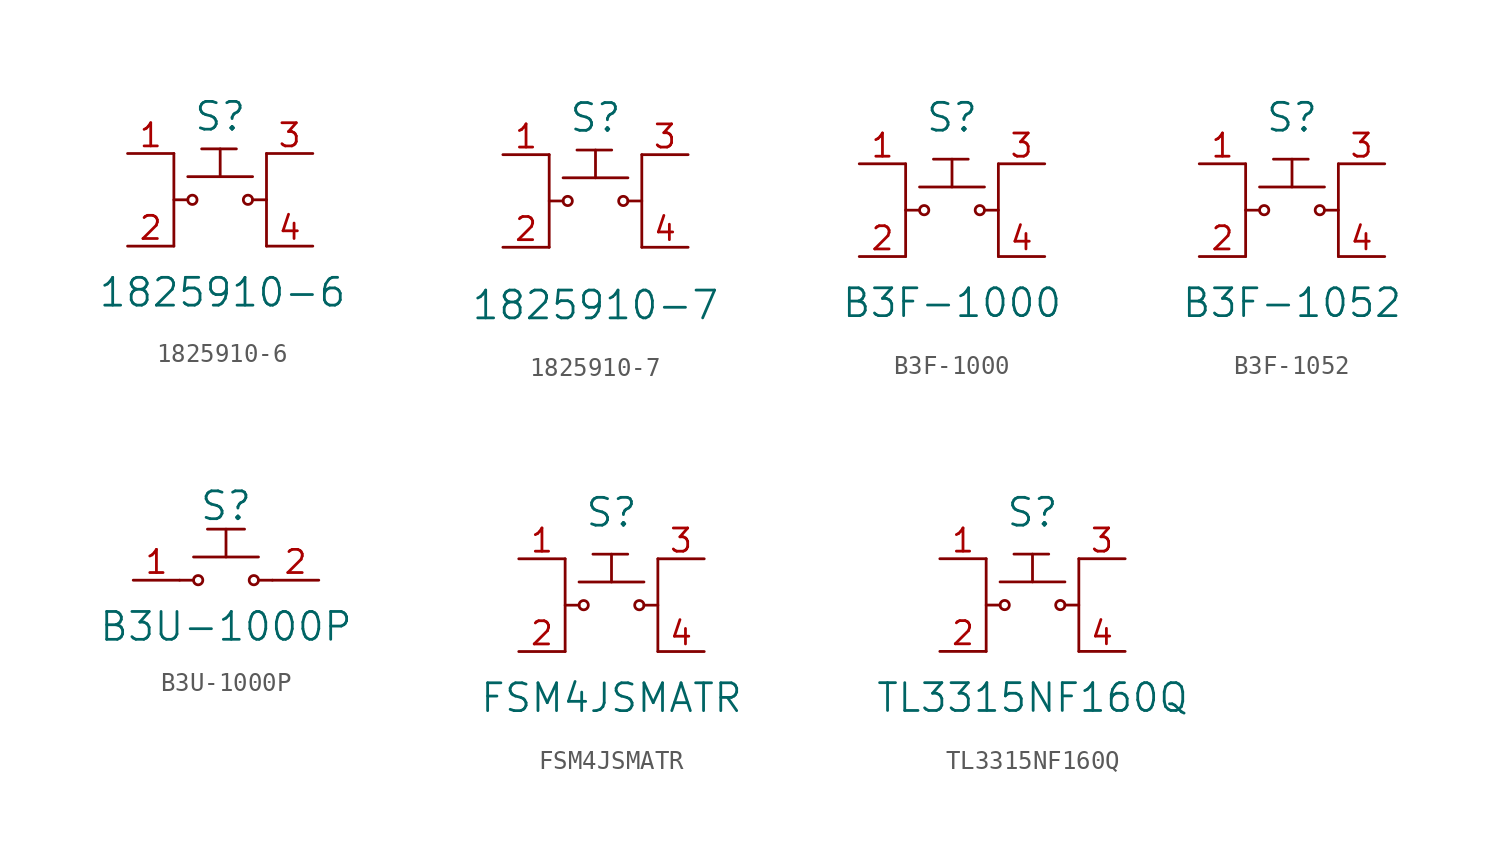
<source format=kicad_sym>
(kicad_symbol_lib
  (version 20201005)
  (generator kicad_symbol_editor)
  (symbol "1825910-6"
    (pin_names
      (offset 1.016))
    (property "Reference" "S"
      (at 0 4.572 0)
      (effects (font (size 1.524 1.524))))
    (property "Value" "1825910-6"
      (at 0.127 -5.08 0)
      (effects (font (size 1.524 1.524))))
    (symbol "1825910-6_0_1"
      (circle (center -1.524 0) (radius 0.254) (stroke (width 0)) (fill (type none)))
      (circle (center 1.524 0) (radius 0.254) (stroke (width 0)) (fill (type none)))
      (polyline (pts (xy -2.54 2.54) (xy -2.54 -2.54)) (stroke (width 0)) (fill (type none)))
      (polyline (pts (xy -1.778 0) (xy -2.54 0)) (stroke (width 0)) (fill (type none)))
      (polyline (pts (xy -1.778 1.27) (xy 1.778 1.27)) (stroke (width 0)) (fill (type none)))
      (polyline (pts (xy 2.54 -2.54) (xy 2.54 2.54)) (stroke (width 0)) (fill (type none)))
      (polyline (pts (xy 2.54 0) (xy 1.778 0)) (stroke (width 0)) (fill (type none))))
    (symbol "1825910-6_1_1"
      (polyline (pts (xy -1.016 2.794) (xy 0.889 2.794)) (stroke (width 0)) (fill (type none)))
      (polyline (pts (xy 0 2.794) (xy 0 1.27)) (stroke (width 0)) (fill (type none)))
      (pin passive line (at -5.08 2.54 0) (length 2.54) (name "~" (effects (font (size 1.27 1.27)))) (number "1" (effects (font (size 1.27 1.27)))))
      (pin passive line (at -5.08 -2.54 0) (length 2.54) (name "~" (effects (font (size 1.27 1.27)))) (number "2" (effects (font (size 1.27 1.27)))))
      (pin passive line (at 5.08 2.54 180) (length 2.54) (name "~" (effects (font (size 1.27 1.27)))) (number "3" (effects (font (size 1.27 1.27)))))
      (pin passive line (at 5.08 -2.54 180) (length 2.54) (name "~" (effects (font (size 1.27 1.27)))) (number "4" (effects (font (size 1.27 1.27)))))))
  (symbol "1825910-7"
    (pin_names
      (offset 1.016))
    (property "Reference" "S"
      (at 0 4.572 0)
      (effects (font (size 1.524 1.524))))
    (property "Value" "1825910-7"
      (at 0 -5.715 0)
      (effects (font (size 1.524 1.524))))
    (symbol "1825910-7_0_1"
      (circle (center -1.524 0) (radius 0.254) (stroke (width 0)) (fill (type none)))
      (circle (center 1.524 0) (radius 0.254) (stroke (width 0)) (fill (type none)))
      (polyline (pts (xy -2.54 2.54) (xy -2.54 -2.54)) (stroke (width 0)) (fill (type none)))
      (polyline (pts (xy -1.778 0) (xy -2.54 0)) (stroke (width 0)) (fill (type none)))
      (polyline (pts (xy -1.778 1.27) (xy 1.778 1.27)) (stroke (width 0)) (fill (type none)))
      (polyline (pts (xy 2.54 -2.54) (xy 2.54 2.54)) (stroke (width 0)) (fill (type none)))
      (polyline (pts (xy 2.54 0) (xy 1.778 0)) (stroke (width 0)) (fill (type none))))
    (symbol "1825910-7_1_1"
      (polyline (pts (xy -1.016 2.794) (xy 0.889 2.794)) (stroke (width 0)) (fill (type none)))
      (polyline (pts (xy 0 2.794) (xy 0 1.27)) (stroke (width 0)) (fill (type none)))
      (pin passive line (at -5.08 2.54 0) (length 2.54) (name "~" (effects (font (size 1.27 1.27)))) (number "1" (effects (font (size 1.27 1.27)))))
      (pin passive line (at -5.08 -2.54 0) (length 2.54) (name "~" (effects (font (size 1.27 1.27)))) (number "2" (effects (font (size 1.27 1.27)))))
      (pin passive line (at 5.08 2.54 180) (length 2.54) (name "~" (effects (font (size 1.27 1.27)))) (number "3" (effects (font (size 1.27 1.27)))))
      (pin passive line (at 5.08 -2.54 180) (length 2.54) (name "~" (effects (font (size 1.27 1.27)))) (number "4" (effects (font (size 1.27 1.27)))))))
  (symbol "B3F-1000"
    (pin_names
      (offset 1.016))
    (property "Reference" "S"
      (at 0 5.08 0)
      (effects (font (size 1.524 1.524))))
    (property "Value" "B3F-1000"
      (at 0 -5.08 0)
      (effects (font (size 1.524 1.524))))
    (symbol "B3F-1000_0_1"
      (circle (center -1.524 0) (radius 0.254) (stroke (width 0)) (fill (type none)))
      (circle (center 1.524 0) (radius 0.254) (stroke (width 0)) (fill (type none)))
      (polyline (pts (xy -2.54 2.54) (xy -2.54 -2.54)) (stroke (width 0)) (fill (type none)))
      (polyline (pts (xy -1.778 0) (xy -2.54 0)) (stroke (width 0)) (fill (type none)))
      (polyline (pts (xy -1.778 1.27) (xy 1.778 1.27)) (stroke (width 0)) (fill (type none)))
      (polyline (pts (xy 2.54 -2.54) (xy 2.54 2.54)) (stroke (width 0)) (fill (type none)))
      (polyline (pts (xy 2.54 0) (xy 1.778 0)) (stroke (width 0)) (fill (type none))))
    (symbol "B3F-1000_1_1"
      (polyline (pts (xy -1.016 2.794) (xy 0.889 2.794)) (stroke (width 0)) (fill (type none)))
      (polyline (pts (xy 0 2.794) (xy 0 1.27)) (stroke (width 0)) (fill (type none)))
      (pin passive line (at -5.08 2.54 0) (length 2.54) (name "~" (effects (font (size 1.27 1.27)))) (number "1" (effects (font (size 1.27 1.27)))))
      (pin passive line (at -5.08 -2.54 0) (length 2.54) (name "~" (effects (font (size 1.27 1.27)))) (number "2" (effects (font (size 1.27 1.27)))))
      (pin passive line (at 5.08 2.54 180) (length 2.54) (name "~" (effects (font (size 1.27 1.27)))) (number "3" (effects (font (size 1.27 1.27)))))
      (pin passive line (at 5.08 -2.54 180) (length 2.54) (name "~" (effects (font (size 1.27 1.27)))) (number "4" (effects (font (size 1.27 1.27)))))))
  (symbol "B3F-1052"
    (pin_names
      (offset 1.016))
    (property "Reference" "S"
      (at 0 5.08 0)
      (effects (font (size 1.524 1.524))))
    (property "Value" "B3F-1052"
      (at 0 -5.08 0)
      (effects (font (size 1.524 1.524))))
    (symbol "B3F-1052_0_1"
      (circle (center -1.524 0) (radius 0.254) (stroke (width 0)) (fill (type none)))
      (circle (center 1.524 0) (radius 0.254) (stroke (width 0)) (fill (type none)))
      (polyline (pts (xy -2.54 2.54) (xy -2.54 -2.54)) (stroke (width 0)) (fill (type none)))
      (polyline (pts (xy -1.778 0) (xy -2.54 0)) (stroke (width 0)) (fill (type none)))
      (polyline (pts (xy -1.778 1.27) (xy 1.778 1.27)) (stroke (width 0)) (fill (type none)))
      (polyline (pts (xy 2.54 -2.54) (xy 2.54 2.54)) (stroke (width 0)) (fill (type none)))
      (polyline (pts (xy 2.54 0) (xy 1.778 0)) (stroke (width 0)) (fill (type none))))
    (symbol "B3F-1052_1_1"
      (polyline (pts (xy -1.016 2.794) (xy 0.889 2.794)) (stroke (width 0)) (fill (type none)))
      (polyline (pts (xy 0 2.794) (xy 0 1.27)) (stroke (width 0)) (fill (type none)))
      (pin passive line (at -5.08 2.54 0) (length 2.54) (name "~" (effects (font (size 1.27 1.27)))) (number "1" (effects (font (size 1.27 1.27)))))
      (pin passive line (at -5.08 -2.54 0) (length 2.54) (name "~" (effects (font (size 1.27 1.27)))) (number "2" (effects (font (size 1.27 1.27)))))
      (pin passive line (at 5.08 2.54 180) (length 2.54) (name "~" (effects (font (size 1.27 1.27)))) (number "3" (effects (font (size 1.27 1.27)))))
      (pin passive line (at 5.08 -2.54 180) (length 2.54) (name "~" (effects (font (size 1.27 1.27)))) (number "4" (effects (font (size 1.27 1.27)))))))
  (symbol "B3U-1000P"
    (pin_names
      (offset 1.016))
    (property "Reference" "S"
      (at 0 4.064 0)
      (effects (font (size 1.524 1.524))))
    (property "Value" "B3U-1000P"
      (at 0 -2.54 0)
      (effects (font (size 1.524 1.524))))
    (symbol "B3U-1000P_0_1"
      (circle (center -1.524 0) (radius 0.254) (stroke (width 0)) (fill (type none)))
      (circle (center 1.524 0) (radius 0.254) (stroke (width 0)) (fill (type none)))
      (polyline (pts (xy -2.54 0) (xy -1.778 0)) (stroke (width 0)) (fill (type none)))
      (polyline (pts (xy -1.778 1.27) (xy 1.778 1.27)) (stroke (width 0)) (fill (type none)))
      (polyline (pts (xy -1.016 2.794) (xy 1.016 2.794)) (stroke (width 0)) (fill (type none)))
      (polyline (pts (xy 0 1.27) (xy 0 2.794)) (stroke (width 0)) (fill (type none)))
      (polyline (pts (xy 2.54 0) (xy 1.778 0)) (stroke (width 0)) (fill (type none))))
    (symbol "B3U-1000P_1_1"
      (pin passive line (at -5.08 0 0) (length 2.54) (name "~" (effects (font (size 1.27 1.27)))) (number "1" (effects (font (size 1.27 1.27)))))
      (pin passive line (at 5.08 0 180) (length 2.54) (name "~" (effects (font (size 1.27 1.27)))) (number "2" (effects (font (size 1.27 1.27)))))))
  (symbol "FSM4JSMATR"
    (pin_names
      (offset 1.016))
    (property "Reference" "S"
      (at 0 5.08 0)
      (effects (font (size 1.524 1.524))))
    (property "Value" "FSM4JSMATR"
      (at 0 -5.08 0)
      (effects (font (size 1.524 1.524))))
    (symbol "FSM4JSMATR_0_1"
      (circle (center -1.524 0) (radius 0.254) (stroke (width 0)) (fill (type none)))
      (circle (center 1.524 0) (radius 0.254) (stroke (width 0)) (fill (type none)))
      (polyline (pts (xy -2.54 2.54) (xy -2.54 -2.54)) (stroke (width 0)) (fill (type none)))
      (polyline (pts (xy -1.778 0) (xy -2.54 0)) (stroke (width 0)) (fill (type none)))
      (polyline (pts (xy -1.778 1.27) (xy 1.778 1.27)) (stroke (width 0)) (fill (type none)))
      (polyline (pts (xy 2.54 -2.54) (xy 2.54 2.54)) (stroke (width 0)) (fill (type none)))
      (polyline (pts (xy 2.54 0) (xy 1.778 0)) (stroke (width 0)) (fill (type none))))
    (symbol "FSM4JSMATR_1_1"
      (polyline (pts (xy -1.016 2.794) (xy 0.889 2.794)) (stroke (width 0)) (fill (type none)))
      (polyline (pts (xy 0 2.794) (xy 0 1.27)) (stroke (width 0)) (fill (type none)))
      (pin passive line (at -5.08 2.54 0) (length 2.54) (name "~" (effects (font (size 1.27 1.27)))) (number "1" (effects (font (size 1.27 1.27)))))
      (pin passive line (at -5.08 -2.54 0) (length 2.54) (name "~" (effects (font (size 1.27 1.27)))) (number "2" (effects (font (size 1.27 1.27)))))
      (pin passive line (at 5.08 2.54 180) (length 2.54) (name "~" (effects (font (size 1.27 1.27)))) (number "3" (effects (font (size 1.27 1.27)))))
      (pin passive line (at 5.08 -2.54 180) (length 2.54) (name "~" (effects (font (size 1.27 1.27)))) (number "4" (effects (font (size 1.27 1.27)))))))
  (symbol "TL3315NF160Q"
    (pin_names
      (offset 1.016))
    (property "Reference" "S"
      (at 0 5.08 0)
      (effects (font (size 1.524 1.524))))
    (property "Value" "TL3315NF160Q"
      (at 0 -5.08 0)
      (effects (font (size 1.524 1.524))))
    (symbol "TL3315NF160Q_0_1"
      (circle (center -1.524 0) (radius 0.254) (stroke (width 0)) (fill (type none)))
      (circle (center 1.524 0) (radius 0.254) (stroke (width 0)) (fill (type none)))
      (polyline (pts (xy -2.54 2.54) (xy -2.54 -2.54)) (stroke (width 0)) (fill (type none)))
      (polyline (pts (xy -1.778 0) (xy -2.54 0)) (stroke (width 0)) (fill (type none)))
      (polyline (pts (xy -1.778 1.27) (xy 1.778 1.27)) (stroke (width 0)) (fill (type none)))
      (polyline (pts (xy 2.54 -2.54) (xy 2.54 2.54)) (stroke (width 0)) (fill (type none)))
      (polyline (pts (xy 2.54 0) (xy 1.778 0)) (stroke (width 0)) (fill (type none))))
    (symbol "TL3315NF160Q_1_1"
      (polyline (pts (xy -1.016 2.794) (xy 0.889 2.794)) (stroke (width 0)) (fill (type none)))
      (polyline (pts (xy 0 2.794) (xy 0 1.27)) (stroke (width 0)) (fill (type none)))
      (pin passive line (at -5.08 2.54 0) (length 2.54) (name "~" (effects (font (size 1.27 1.27)))) (number "1" (effects (font (size 1.27 1.27)))))
      (pin passive line (at -5.08 -2.54 0) (length 2.54) (name "~" (effects (font (size 1.27 1.27)))) (number "2" (effects (font (size 1.27 1.27)))))
      (pin passive line (at 5.08 2.54 180) (length 2.54) (name "~" (effects (font (size 1.27 1.27)))) (number "3" (effects (font (size 1.27 1.27)))))
      (pin passive line (at 5.08 -2.54 180) (length 2.54) (name "~" (effects (font (size 1.27 1.27)))) (number "4" (effects (font (size 1.27 1.27))))))))
</source>
